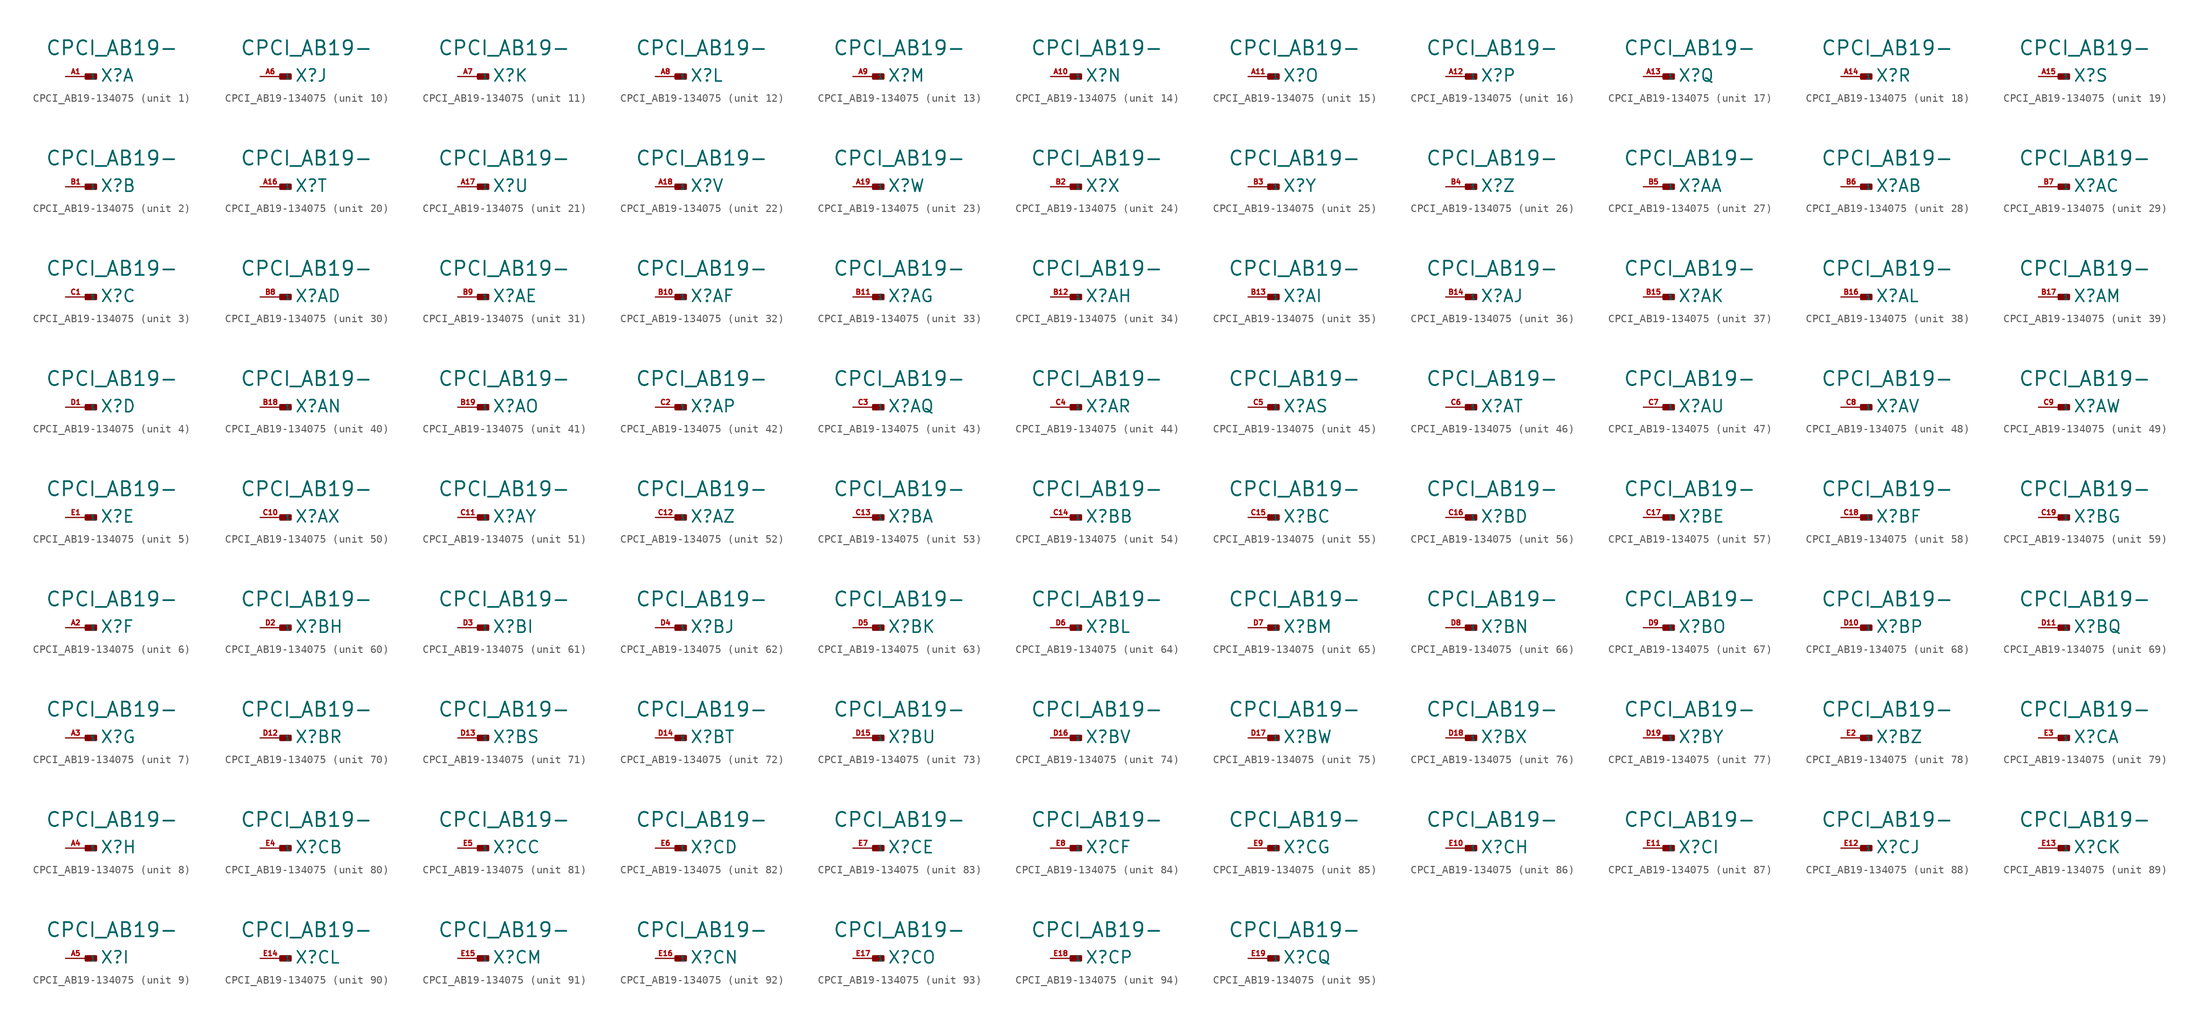
<source format=kicad_sym>
(kicad_symbol_lib
  (version 20220914)
  (generator Eagle2Kicad)
  (symbol "CPCI_AB19-134075"
    (property "Reference" "X"
      (at 1.778 -0.762 0)
      (effects (font (size 1.524 1.524) (thickness 0.19)) (justify left bottom)))
    (property "Value" "CPCI_AB19-"
      (at -5.08 2.54 0)
      (effects (font (size 1.778 1.778) (thickness 0.22)) (justify left bottom)))
    (symbol "CPCI_AB19-134075_1_0"
      (rectangle (start 0 -0.254) (end 1.27 0.254) (stroke (width 0.3) (type default)) (fill (type outline)))
      (pin input line (at -2.54 0 0) (length 2.54) (name "1" (effects (font (size 0.635 0.635) (thickness 0.08)) (justify left bottom))) (number "A1" (effects (font (size 0.635 0.635) (thickness 0.08)) (justify left bottom)))))
    (symbol "CPCI_AB19-134075_2_0"
      (rectangle (start 0 -0.254) (end 1.27 0.254) (stroke (width 0.3) (type default)) (fill (type outline)))
      (pin input line (at -2.54 0 0) (length 2.54) (name "1" (effects (font (size 0.635 0.635) (thickness 0.08)) (justify left bottom))) (number "B1" (effects (font (size 0.635 0.635) (thickness 0.08)) (justify left bottom)))))
    (symbol "CPCI_AB19-134075_3_0"
      (rectangle (start 0 -0.254) (end 1.27 0.254) (stroke (width 0.3) (type default)) (fill (type outline)))
      (pin input line (at -2.54 0 0) (length 2.54) (name "1" (effects (font (size 0.635 0.635) (thickness 0.08)) (justify left bottom))) (number "C1" (effects (font (size 0.635 0.635) (thickness 0.08)) (justify left bottom)))))
    (symbol "CPCI_AB19-134075_4_0"
      (rectangle (start 0 -0.254) (end 1.27 0.254) (stroke (width 0.3) (type default)) (fill (type outline)))
      (pin input line (at -2.54 0 0) (length 2.54) (name "1" (effects (font (size 0.635 0.635) (thickness 0.08)) (justify left bottom))) (number "D1" (effects (font (size 0.635 0.635) (thickness 0.08)) (justify left bottom)))))
    (symbol "CPCI_AB19-134075_5_0"
      (rectangle (start 0 -0.254) (end 1.27 0.254) (stroke (width 0.3) (type default)) (fill (type outline)))
      (pin input line (at -2.54 0 0) (length 2.54) (name "1" (effects (font (size 0.635 0.635) (thickness 0.08)) (justify left bottom))) (number "E1" (effects (font (size 0.635 0.635) (thickness 0.08)) (justify left bottom)))))
    (symbol "CPCI_AB19-134075_6_0"
      (rectangle (start 0 -0.254) (end 1.27 0.254) (stroke (width 0.3) (type default)) (fill (type outline)))
      (pin input line (at -2.54 0 0) (length 2.54) (name "1" (effects (font (size 0.635 0.635) (thickness 0.08)) (justify left bottom))) (number "A2" (effects (font (size 0.635 0.635) (thickness 0.08)) (justify left bottom)))))
    (symbol "CPCI_AB19-134075_7_0"
      (rectangle (start 0 -0.254) (end 1.27 0.254) (stroke (width 0.3) (type default)) (fill (type outline)))
      (pin input line (at -2.54 0 0) (length 2.54) (name "1" (effects (font (size 0.635 0.635) (thickness 0.08)) (justify left bottom))) (number "A3" (effects (font (size 0.635 0.635) (thickness 0.08)) (justify left bottom)))))
    (symbol "CPCI_AB19-134075_8_0"
      (rectangle (start 0 -0.254) (end 1.27 0.254) (stroke (width 0.3) (type default)) (fill (type outline)))
      (pin input line (at -2.54 0 0) (length 2.54) (name "1" (effects (font (size 0.635 0.635) (thickness 0.08)) (justify left bottom))) (number "A4" (effects (font (size 0.635 0.635) (thickness 0.08)) (justify left bottom)))))
    (symbol "CPCI_AB19-134075_9_0"
      (rectangle (start 0 -0.254) (end 1.27 0.254) (stroke (width 0.3) (type default)) (fill (type outline)))
      (pin input line (at -2.54 0 0) (length 2.54) (name "1" (effects (font (size 0.635 0.635) (thickness 0.08)) (justify left bottom))) (number "A5" (effects (font (size 0.635 0.635) (thickness 0.08)) (justify left bottom)))))
    (symbol "CPCI_AB19-134075_10_0"
      (rectangle (start 0 -0.254) (end 1.27 0.254) (stroke (width 0.3) (type default)) (fill (type outline)))
      (pin input line (at -2.54 0 0) (length 2.54) (name "1" (effects (font (size 0.635 0.635) (thickness 0.08)) (justify left bottom))) (number "A6" (effects (font (size 0.635 0.635) (thickness 0.08)) (justify left bottom)))))
    (symbol "CPCI_AB19-134075_11_0"
      (rectangle (start 0 -0.254) (end 1.27 0.254) (stroke (width 0.3) (type default)) (fill (type outline)))
      (pin input line (at -2.54 0 0) (length 2.54) (name "1" (effects (font (size 0.635 0.635) (thickness 0.08)) (justify left bottom))) (number "A7" (effects (font (size 0.635 0.635) (thickness 0.08)) (justify left bottom)))))
    (symbol "CPCI_AB19-134075_12_0"
      (rectangle (start 0 -0.254) (end 1.27 0.254) (stroke (width 0.3) (type default)) (fill (type outline)))
      (pin input line (at -2.54 0 0) (length 2.54) (name "1" (effects (font (size 0.635 0.635) (thickness 0.08)) (justify left bottom))) (number "A8" (effects (font (size 0.635 0.635) (thickness 0.08)) (justify left bottom)))))
    (symbol "CPCI_AB19-134075_13_0"
      (rectangle (start 0 -0.254) (end 1.27 0.254) (stroke (width 0.3) (type default)) (fill (type outline)))
      (pin input line (at -2.54 0 0) (length 2.54) (name "1" (effects (font (size 0.635 0.635) (thickness 0.08)) (justify left bottom))) (number "A9" (effects (font (size 0.635 0.635) (thickness 0.08)) (justify left bottom)))))
    (symbol "CPCI_AB19-134075_14_0"
      (rectangle (start 0 -0.254) (end 1.27 0.254) (stroke (width 0.3) (type default)) (fill (type outline)))
      (pin input line (at -2.54 0 0) (length 2.54) (name "1" (effects (font (size 0.635 0.635) (thickness 0.08)) (justify left bottom))) (number "A10" (effects (font (size 0.635 0.635) (thickness 0.08)) (justify left bottom)))))
    (symbol "CPCI_AB19-134075_15_0"
      (rectangle (start 0 -0.254) (end 1.27 0.254) (stroke (width 0.3) (type default)) (fill (type outline)))
      (pin input line (at -2.54 0 0) (length 2.54) (name "1" (effects (font (size 0.635 0.635) (thickness 0.08)) (justify left bottom))) (number "A11" (effects (font (size 0.635 0.635) (thickness 0.08)) (justify left bottom)))))
    (symbol "CPCI_AB19-134075_16_0"
      (rectangle (start 0 -0.254) (end 1.27 0.254) (stroke (width 0.3) (type default)) (fill (type outline)))
      (pin input line (at -2.54 0 0) (length 2.54) (name "1" (effects (font (size 0.635 0.635) (thickness 0.08)) (justify left bottom))) (number "A12" (effects (font (size 0.635 0.635) (thickness 0.08)) (justify left bottom)))))
    (symbol "CPCI_AB19-134075_17_0"
      (rectangle (start 0 -0.254) (end 1.27 0.254) (stroke (width 0.3) (type default)) (fill (type outline)))
      (pin input line (at -2.54 0 0) (length 2.54) (name "1" (effects (font (size 0.635 0.635) (thickness 0.08)) (justify left bottom))) (number "A13" (effects (font (size 0.635 0.635) (thickness 0.08)) (justify left bottom)))))
    (symbol "CPCI_AB19-134075_18_0"
      (rectangle (start 0 -0.254) (end 1.27 0.254) (stroke (width 0.3) (type default)) (fill (type outline)))
      (pin input line (at -2.54 0 0) (length 2.54) (name "1" (effects (font (size 0.635 0.635) (thickness 0.08)) (justify left bottom))) (number "A14" (effects (font (size 0.635 0.635) (thickness 0.08)) (justify left bottom)))))
    (symbol "CPCI_AB19-134075_19_0"
      (rectangle (start 0 -0.254) (end 1.27 0.254) (stroke (width 0.3) (type default)) (fill (type outline)))
      (pin input line (at -2.54 0 0) (length 2.54) (name "1" (effects (font (size 0.635 0.635) (thickness 0.08)) (justify left bottom))) (number "A15" (effects (font (size 0.635 0.635) (thickness 0.08)) (justify left bottom)))))
    (symbol "CPCI_AB19-134075_20_0"
      (rectangle (start 0 -0.254) (end 1.27 0.254) (stroke (width 0.3) (type default)) (fill (type outline)))
      (pin input line (at -2.54 0 0) (length 2.54) (name "1" (effects (font (size 0.635 0.635) (thickness 0.08)) (justify left bottom))) (number "A16" (effects (font (size 0.635 0.635) (thickness 0.08)) (justify left bottom)))))
    (symbol "CPCI_AB19-134075_21_0"
      (rectangle (start 0 -0.254) (end 1.27 0.254) (stroke (width 0.3) (type default)) (fill (type outline)))
      (pin input line (at -2.54 0 0) (length 2.54) (name "1" (effects (font (size 0.635 0.635) (thickness 0.08)) (justify left bottom))) (number "A17" (effects (font (size 0.635 0.635) (thickness 0.08)) (justify left bottom)))))
    (symbol "CPCI_AB19-134075_22_0"
      (rectangle (start 0 -0.254) (end 1.27 0.254) (stroke (width 0.3) (type default)) (fill (type outline)))
      (pin input line (at -2.54 0 0) (length 2.54) (name "1" (effects (font (size 0.635 0.635) (thickness 0.08)) (justify left bottom))) (number "A18" (effects (font (size 0.635 0.635) (thickness 0.08)) (justify left bottom)))))
    (symbol "CPCI_AB19-134075_23_0"
      (rectangle (start 0 -0.254) (end 1.27 0.254) (stroke (width 0.3) (type default)) (fill (type outline)))
      (pin input line (at -2.54 0 0) (length 2.54) (name "1" (effects (font (size 0.635 0.635) (thickness 0.08)) (justify left bottom))) (number "A19" (effects (font (size 0.635 0.635) (thickness 0.08)) (justify left bottom)))))
    (symbol "CPCI_AB19-134075_24_0"
      (rectangle (start 0 -0.254) (end 1.27 0.254) (stroke (width 0.3) (type default)) (fill (type outline)))
      (pin input line (at -2.54 0 0) (length 2.54) (name "1" (effects (font (size 0.635 0.635) (thickness 0.08)) (justify left bottom))) (number "B2" (effects (font (size 0.635 0.635) (thickness 0.08)) (justify left bottom)))))
    (symbol "CPCI_AB19-134075_25_0"
      (rectangle (start 0 -0.254) (end 1.27 0.254) (stroke (width 0.3) (type default)) (fill (type outline)))
      (pin input line (at -2.54 0 0) (length 2.54) (name "1" (effects (font (size 0.635 0.635) (thickness 0.08)) (justify left bottom))) (number "B3" (effects (font (size 0.635 0.635) (thickness 0.08)) (justify left bottom)))))
    (symbol "CPCI_AB19-134075_26_0"
      (rectangle (start 0 -0.254) (end 1.27 0.254) (stroke (width 0.3) (type default)) (fill (type outline)))
      (pin input line (at -2.54 0 0) (length 2.54) (name "1" (effects (font (size 0.635 0.635) (thickness 0.08)) (justify left bottom))) (number "B4" (effects (font (size 0.635 0.635) (thickness 0.08)) (justify left bottom)))))
    (symbol "CPCI_AB19-134075_27_0"
      (rectangle (start 0 -0.254) (end 1.27 0.254) (stroke (width 0.3) (type default)) (fill (type outline)))
      (pin input line (at -2.54 0 0) (length 2.54) (name "1" (effects (font (size 0.635 0.635) (thickness 0.08)) (justify left bottom))) (number "B5" (effects (font (size 0.635 0.635) (thickness 0.08)) (justify left bottom)))))
    (symbol "CPCI_AB19-134075_28_0"
      (rectangle (start 0 -0.254) (end 1.27 0.254) (stroke (width 0.3) (type default)) (fill (type outline)))
      (pin input line (at -2.54 0 0) (length 2.54) (name "1" (effects (font (size 0.635 0.635) (thickness 0.08)) (justify left bottom))) (number "B6" (effects (font (size 0.635 0.635) (thickness 0.08)) (justify left bottom)))))
    (symbol "CPCI_AB19-134075_29_0"
      (rectangle (start 0 -0.254) (end 1.27 0.254) (stroke (width 0.3) (type default)) (fill (type outline)))
      (pin input line (at -2.54 0 0) (length 2.54) (name "1" (effects (font (size 0.635 0.635) (thickness 0.08)) (justify left bottom))) (number "B7" (effects (font (size 0.635 0.635) (thickness 0.08)) (justify left bottom)))))
    (symbol "CPCI_AB19-134075_30_0"
      (rectangle (start 0 -0.254) (end 1.27 0.254) (stroke (width 0.3) (type default)) (fill (type outline)))
      (pin input line (at -2.54 0 0) (length 2.54) (name "1" (effects (font (size 0.635 0.635) (thickness 0.08)) (justify left bottom))) (number "B8" (effects (font (size 0.635 0.635) (thickness 0.08)) (justify left bottom)))))
    (symbol "CPCI_AB19-134075_31_0"
      (rectangle (start 0 -0.254) (end 1.27 0.254) (stroke (width 0.3) (type default)) (fill (type outline)))
      (pin input line (at -2.54 0 0) (length 2.54) (name "1" (effects (font (size 0.635 0.635) (thickness 0.08)) (justify left bottom))) (number "B9" (effects (font (size 0.635 0.635) (thickness 0.08)) (justify left bottom)))))
    (symbol "CPCI_AB19-134075_32_0"
      (rectangle (start 0 -0.254) (end 1.27 0.254) (stroke (width 0.3) (type default)) (fill (type outline)))
      (pin input line (at -2.54 0 0) (length 2.54) (name "1" (effects (font (size 0.635 0.635) (thickness 0.08)) (justify left bottom))) (number "B10" (effects (font (size 0.635 0.635) (thickness 0.08)) (justify left bottom)))))
    (symbol "CPCI_AB19-134075_33_0"
      (rectangle (start 0 -0.254) (end 1.27 0.254) (stroke (width 0.3) (type default)) (fill (type outline)))
      (pin input line (at -2.54 0 0) (length 2.54) (name "1" (effects (font (size 0.635 0.635) (thickness 0.08)) (justify left bottom))) (number "B11" (effects (font (size 0.635 0.635) (thickness 0.08)) (justify left bottom)))))
    (symbol "CPCI_AB19-134075_34_0"
      (rectangle (start 0 -0.254) (end 1.27 0.254) (stroke (width 0.3) (type default)) (fill (type outline)))
      (pin input line (at -2.54 0 0) (length 2.54) (name "1" (effects (font (size 0.635 0.635) (thickness 0.08)) (justify left bottom))) (number "B12" (effects (font (size 0.635 0.635) (thickness 0.08)) (justify left bottom)))))
    (symbol "CPCI_AB19-134075_35_0"
      (rectangle (start 0 -0.254) (end 1.27 0.254) (stroke (width 0.3) (type default)) (fill (type outline)))
      (pin input line (at -2.54 0 0) (length 2.54) (name "1" (effects (font (size 0.635 0.635) (thickness 0.08)) (justify left bottom))) (number "B13" (effects (font (size 0.635 0.635) (thickness 0.08)) (justify left bottom)))))
    (symbol "CPCI_AB19-134075_36_0"
      (rectangle (start 0 -0.254) (end 1.27 0.254) (stroke (width 0.3) (type default)) (fill (type outline)))
      (pin input line (at -2.54 0 0) (length 2.54) (name "1" (effects (font (size 0.635 0.635) (thickness 0.08)) (justify left bottom))) (number "B14" (effects (font (size 0.635 0.635) (thickness 0.08)) (justify left bottom)))))
    (symbol "CPCI_AB19-134075_37_0"
      (rectangle (start 0 -0.254) (end 1.27 0.254) (stroke (width 0.3) (type default)) (fill (type outline)))
      (pin input line (at -2.54 0 0) (length 2.54) (name "1" (effects (font (size 0.635 0.635) (thickness 0.08)) (justify left bottom))) (number "B15" (effects (font (size 0.635 0.635) (thickness 0.08)) (justify left bottom)))))
    (symbol "CPCI_AB19-134075_38_0"
      (rectangle (start 0 -0.254) (end 1.27 0.254) (stroke (width 0.3) (type default)) (fill (type outline)))
      (pin input line (at -2.54 0 0) (length 2.54) (name "1" (effects (font (size 0.635 0.635) (thickness 0.08)) (justify left bottom))) (number "B16" (effects (font (size 0.635 0.635) (thickness 0.08)) (justify left bottom)))))
    (symbol "CPCI_AB19-134075_39_0"
      (rectangle (start 0 -0.254) (end 1.27 0.254) (stroke (width 0.3) (type default)) (fill (type outline)))
      (pin input line (at -2.54 0 0) (length 2.54) (name "1" (effects (font (size 0.635 0.635) (thickness 0.08)) (justify left bottom))) (number "B17" (effects (font (size 0.635 0.635) (thickness 0.08)) (justify left bottom)))))
    (symbol "CPCI_AB19-134075_40_0"
      (rectangle (start 0 -0.254) (end 1.27 0.254) (stroke (width 0.3) (type default)) (fill (type outline)))
      (pin input line (at -2.54 0 0) (length 2.54) (name "1" (effects (font (size 0.635 0.635) (thickness 0.08)) (justify left bottom))) (number "B18" (effects (font (size 0.635 0.635) (thickness 0.08)) (justify left bottom)))))
    (symbol "CPCI_AB19-134075_41_0"
      (rectangle (start 0 -0.254) (end 1.27 0.254) (stroke (width 0.3) (type default)) (fill (type outline)))
      (pin input line (at -2.54 0 0) (length 2.54) (name "1" (effects (font (size 0.635 0.635) (thickness 0.08)) (justify left bottom))) (number "B19" (effects (font (size 0.635 0.635) (thickness 0.08)) (justify left bottom)))))
    (symbol "CPCI_AB19-134075_42_0"
      (rectangle (start 0 -0.254) (end 1.27 0.254) (stroke (width 0.3) (type default)) (fill (type outline)))
      (pin input line (at -2.54 0 0) (length 2.54) (name "1" (effects (font (size 0.635 0.635) (thickness 0.08)) (justify left bottom))) (number "C2" (effects (font (size 0.635 0.635) (thickness 0.08)) (justify left bottom)))))
    (symbol "CPCI_AB19-134075_43_0"
      (rectangle (start 0 -0.254) (end 1.27 0.254) (stroke (width 0.3) (type default)) (fill (type outline)))
      (pin input line (at -2.54 0 0) (length 2.54) (name "1" (effects (font (size 0.635 0.635) (thickness 0.08)) (justify left bottom))) (number "C3" (effects (font (size 0.635 0.635) (thickness 0.08)) (justify left bottom)))))
    (symbol "CPCI_AB19-134075_44_0"
      (rectangle (start 0 -0.254) (end 1.27 0.254) (stroke (width 0.3) (type default)) (fill (type outline)))
      (pin input line (at -2.54 0 0) (length 2.54) (name "1" (effects (font (size 0.635 0.635) (thickness 0.08)) (justify left bottom))) (number "C4" (effects (font (size 0.635 0.635) (thickness 0.08)) (justify left bottom)))))
    (symbol "CPCI_AB19-134075_45_0"
      (rectangle (start 0 -0.254) (end 1.27 0.254) (stroke (width 0.3) (type default)) (fill (type outline)))
      (pin input line (at -2.54 0 0) (length 2.54) (name "1" (effects (font (size 0.635 0.635) (thickness 0.08)) (justify left bottom))) (number "C5" (effects (font (size 0.635 0.635) (thickness 0.08)) (justify left bottom)))))
    (symbol "CPCI_AB19-134075_46_0"
      (rectangle (start 0 -0.254) (end 1.27 0.254) (stroke (width 0.3) (type default)) (fill (type outline)))
      (pin input line (at -2.54 0 0) (length 2.54) (name "1" (effects (font (size 0.635 0.635) (thickness 0.08)) (justify left bottom))) (number "C6" (effects (font (size 0.635 0.635) (thickness 0.08)) (justify left bottom)))))
    (symbol "CPCI_AB19-134075_47_0"
      (rectangle (start 0 -0.254) (end 1.27 0.254) (stroke (width 0.3) (type default)) (fill (type outline)))
      (pin input line (at -2.54 0 0) (length 2.54) (name "1" (effects (font (size 0.635 0.635) (thickness 0.08)) (justify left bottom))) (number "C7" (effects (font (size 0.635 0.635) (thickness 0.08)) (justify left bottom)))))
    (symbol "CPCI_AB19-134075_48_0"
      (rectangle (start 0 -0.254) (end 1.27 0.254) (stroke (width 0.3) (type default)) (fill (type outline)))
      (pin input line (at -2.54 0 0) (length 2.54) (name "1" (effects (font (size 0.635 0.635) (thickness 0.08)) (justify left bottom))) (number "C8" (effects (font (size 0.635 0.635) (thickness 0.08)) (justify left bottom)))))
    (symbol "CPCI_AB19-134075_49_0"
      (rectangle (start 0 -0.254) (end 1.27 0.254) (stroke (width 0.3) (type default)) (fill (type outline)))
      (pin input line (at -2.54 0 0) (length 2.54) (name "1" (effects (font (size 0.635 0.635) (thickness 0.08)) (justify left bottom))) (number "C9" (effects (font (size 0.635 0.635) (thickness 0.08)) (justify left bottom)))))
    (symbol "CPCI_AB19-134075_50_0"
      (rectangle (start 0 -0.254) (end 1.27 0.254) (stroke (width 0.3) (type default)) (fill (type outline)))
      (pin input line (at -2.54 0 0) (length 2.54) (name "1" (effects (font (size 0.635 0.635) (thickness 0.08)) (justify left bottom))) (number "C10" (effects (font (size 0.635 0.635) (thickness 0.08)) (justify left bottom)))))
    (symbol "CPCI_AB19-134075_51_0"
      (rectangle (start 0 -0.254) (end 1.27 0.254) (stroke (width 0.3) (type default)) (fill (type outline)))
      (pin input line (at -2.54 0 0) (length 2.54) (name "1" (effects (font (size 0.635 0.635) (thickness 0.08)) (justify left bottom))) (number "C11" (effects (font (size 0.635 0.635) (thickness 0.08)) (justify left bottom)))))
    (symbol "CPCI_AB19-134075_52_0"
      (rectangle (start 0 -0.254) (end 1.27 0.254) (stroke (width 0.3) (type default)) (fill (type outline)))
      (pin input line (at -2.54 0 0) (length 2.54) (name "1" (effects (font (size 0.635 0.635) (thickness 0.08)) (justify left bottom))) (number "C12" (effects (font (size 0.635 0.635) (thickness 0.08)) (justify left bottom)))))
    (symbol "CPCI_AB19-134075_53_0"
      (rectangle (start 0 -0.254) (end 1.27 0.254) (stroke (width 0.3) (type default)) (fill (type outline)))
      (pin input line (at -2.54 0 0) (length 2.54) (name "1" (effects (font (size 0.635 0.635) (thickness 0.08)) (justify left bottom))) (number "C13" (effects (font (size 0.635 0.635) (thickness 0.08)) (justify left bottom)))))
    (symbol "CPCI_AB19-134075_54_0"
      (rectangle (start 0 -0.254) (end 1.27 0.254) (stroke (width 0.3) (type default)) (fill (type outline)))
      (pin input line (at -2.54 0 0) (length 2.54) (name "1" (effects (font (size 0.635 0.635) (thickness 0.08)) (justify left bottom))) (number "C14" (effects (font (size 0.635 0.635) (thickness 0.08)) (justify left bottom)))))
    (symbol "CPCI_AB19-134075_55_0"
      (rectangle (start 0 -0.254) (end 1.27 0.254) (stroke (width 0.3) (type default)) (fill (type outline)))
      (pin input line (at -2.54 0 0) (length 2.54) (name "1" (effects (font (size 0.635 0.635) (thickness 0.08)) (justify left bottom))) (number "C15" (effects (font (size 0.635 0.635) (thickness 0.08)) (justify left bottom)))))
    (symbol "CPCI_AB19-134075_56_0"
      (rectangle (start 0 -0.254) (end 1.27 0.254) (stroke (width 0.3) (type default)) (fill (type outline)))
      (pin input line (at -2.54 0 0) (length 2.54) (name "1" (effects (font (size 0.635 0.635) (thickness 0.08)) (justify left bottom))) (number "C16" (effects (font (size 0.635 0.635) (thickness 0.08)) (justify left bottom)))))
    (symbol "CPCI_AB19-134075_57_0"
      (rectangle (start 0 -0.254) (end 1.27 0.254) (stroke (width 0.3) (type default)) (fill (type outline)))
      (pin input line (at -2.54 0 0) (length 2.54) (name "1" (effects (font (size 0.635 0.635) (thickness 0.08)) (justify left bottom))) (number "C17" (effects (font (size 0.635 0.635) (thickness 0.08)) (justify left bottom)))))
    (symbol "CPCI_AB19-134075_58_0"
      (rectangle (start 0 -0.254) (end 1.27 0.254) (stroke (width 0.3) (type default)) (fill (type outline)))
      (pin input line (at -2.54 0 0) (length 2.54) (name "1" (effects (font (size 0.635 0.635) (thickness 0.08)) (justify left bottom))) (number "C18" (effects (font (size 0.635 0.635) (thickness 0.08)) (justify left bottom)))))
    (symbol "CPCI_AB19-134075_59_0"
      (rectangle (start 0 -0.254) (end 1.27 0.254) (stroke (width 0.3) (type default)) (fill (type outline)))
      (pin input line (at -2.54 0 0) (length 2.54) (name "1" (effects (font (size 0.635 0.635) (thickness 0.08)) (justify left bottom))) (number "C19" (effects (font (size 0.635 0.635) (thickness 0.08)) (justify left bottom)))))
    (symbol "CPCI_AB19-134075_60_0"
      (rectangle (start 0 -0.254) (end 1.27 0.254) (stroke (width 0.3) (type default)) (fill (type outline)))
      (pin input line (at -2.54 0 0) (length 2.54) (name "1" (effects (font (size 0.635 0.635) (thickness 0.08)) (justify left bottom))) (number "D2" (effects (font (size 0.635 0.635) (thickness 0.08)) (justify left bottom)))))
    (symbol "CPCI_AB19-134075_61_0"
      (rectangle (start 0 -0.254) (end 1.27 0.254) (stroke (width 0.3) (type default)) (fill (type outline)))
      (pin input line (at -2.54 0 0) (length 2.54) (name "1" (effects (font (size 0.635 0.635) (thickness 0.08)) (justify left bottom))) (number "D3" (effects (font (size 0.635 0.635) (thickness 0.08)) (justify left bottom)))))
    (symbol "CPCI_AB19-134075_62_0"
      (rectangle (start 0 -0.254) (end 1.27 0.254) (stroke (width 0.3) (type default)) (fill (type outline)))
      (pin input line (at -2.54 0 0) (length 2.54) (name "1" (effects (font (size 0.635 0.635) (thickness 0.08)) (justify left bottom))) (number "D4" (effects (font (size 0.635 0.635) (thickness 0.08)) (justify left bottom)))))
    (symbol "CPCI_AB19-134075_63_0"
      (rectangle (start 0 -0.254) (end 1.27 0.254) (stroke (width 0.3) (type default)) (fill (type outline)))
      (pin input line (at -2.54 0 0) (length 2.54) (name "1" (effects (font (size 0.635 0.635) (thickness 0.08)) (justify left bottom))) (number "D5" (effects (font (size 0.635 0.635) (thickness 0.08)) (justify left bottom)))))
    (symbol "CPCI_AB19-134075_64_0"
      (rectangle (start 0 -0.254) (end 1.27 0.254) (stroke (width 0.3) (type default)) (fill (type outline)))
      (pin input line (at -2.54 0 0) (length 2.54) (name "1" (effects (font (size 0.635 0.635) (thickness 0.08)) (justify left bottom))) (number "D6" (effects (font (size 0.635 0.635) (thickness 0.08)) (justify left bottom)))))
    (symbol "CPCI_AB19-134075_65_0"
      (rectangle (start 0 -0.254) (end 1.27 0.254) (stroke (width 0.3) (type default)) (fill (type outline)))
      (pin input line (at -2.54 0 0) (length 2.54) (name "1" (effects (font (size 0.635 0.635) (thickness 0.08)) (justify left bottom))) (number "D7" (effects (font (size 0.635 0.635) (thickness 0.08)) (justify left bottom)))))
    (symbol "CPCI_AB19-134075_66_0"
      (rectangle (start 0 -0.254) (end 1.27 0.254) (stroke (width 0.3) (type default)) (fill (type outline)))
      (pin input line (at -2.54 0 0) (length 2.54) (name "1" (effects (font (size 0.635 0.635) (thickness 0.08)) (justify left bottom))) (number "D8" (effects (font (size 0.635 0.635) (thickness 0.08)) (justify left bottom)))))
    (symbol "CPCI_AB19-134075_67_0"
      (rectangle (start 0 -0.254) (end 1.27 0.254) (stroke (width 0.3) (type default)) (fill (type outline)))
      (pin input line (at -2.54 0 0) (length 2.54) (name "1" (effects (font (size 0.635 0.635) (thickness 0.08)) (justify left bottom))) (number "D9" (effects (font (size 0.635 0.635) (thickness 0.08)) (justify left bottom)))))
    (symbol "CPCI_AB19-134075_68_0"
      (rectangle (start 0 -0.254) (end 1.27 0.254) (stroke (width 0.3) (type default)) (fill (type outline)))
      (pin input line (at -2.54 0 0) (length 2.54) (name "1" (effects (font (size 0.635 0.635) (thickness 0.08)) (justify left bottom))) (number "D10" (effects (font (size 0.635 0.635) (thickness 0.08)) (justify left bottom)))))
    (symbol "CPCI_AB19-134075_69_0"
      (rectangle (start 0 -0.254) (end 1.27 0.254) (stroke (width 0.3) (type default)) (fill (type outline)))
      (pin input line (at -2.54 0 0) (length 2.54) (name "1" (effects (font (size 0.635 0.635) (thickness 0.08)) (justify left bottom))) (number "D11" (effects (font (size 0.635 0.635) (thickness 0.08)) (justify left bottom)))))
    (symbol "CPCI_AB19-134075_70_0"
      (rectangle (start 0 -0.254) (end 1.27 0.254) (stroke (width 0.3) (type default)) (fill (type outline)))
      (pin input line (at -2.54 0 0) (length 2.54) (name "1" (effects (font (size 0.635 0.635) (thickness 0.08)) (justify left bottom))) (number "D12" (effects (font (size 0.635 0.635) (thickness 0.08)) (justify left bottom)))))
    (symbol "CPCI_AB19-134075_71_0"
      (rectangle (start 0 -0.254) (end 1.27 0.254) (stroke (width 0.3) (type default)) (fill (type outline)))
      (pin input line (at -2.54 0 0) (length 2.54) (name "1" (effects (font (size 0.635 0.635) (thickness 0.08)) (justify left bottom))) (number "D13" (effects (font (size 0.635 0.635) (thickness 0.08)) (justify left bottom)))))
    (symbol "CPCI_AB19-134075_72_0"
      (rectangle (start 0 -0.254) (end 1.27 0.254) (stroke (width 0.3) (type default)) (fill (type outline)))
      (pin input line (at -2.54 0 0) (length 2.54) (name "1" (effects (font (size 0.635 0.635) (thickness 0.08)) (justify left bottom))) (number "D14" (effects (font (size 0.635 0.635) (thickness 0.08)) (justify left bottom)))))
    (symbol "CPCI_AB19-134075_73_0"
      (rectangle (start 0 -0.254) (end 1.27 0.254) (stroke (width 0.3) (type default)) (fill (type outline)))
      (pin input line (at -2.54 0 0) (length 2.54) (name "1" (effects (font (size 0.635 0.635) (thickness 0.08)) (justify left bottom))) (number "D15" (effects (font (size 0.635 0.635) (thickness 0.08)) (justify left bottom)))))
    (symbol "CPCI_AB19-134075_74_0"
      (rectangle (start 0 -0.254) (end 1.27 0.254) (stroke (width 0.3) (type default)) (fill (type outline)))
      (pin input line (at -2.54 0 0) (length 2.54) (name "1" (effects (font (size 0.635 0.635) (thickness 0.08)) (justify left bottom))) (number "D16" (effects (font (size 0.635 0.635) (thickness 0.08)) (justify left bottom)))))
    (symbol "CPCI_AB19-134075_75_0"
      (rectangle (start 0 -0.254) (end 1.27 0.254) (stroke (width 0.3) (type default)) (fill (type outline)))
      (pin input line (at -2.54 0 0) (length 2.54) (name "1" (effects (font (size 0.635 0.635) (thickness 0.08)) (justify left bottom))) (number "D17" (effects (font (size 0.635 0.635) (thickness 0.08)) (justify left bottom)))))
    (symbol "CPCI_AB19-134075_76_0"
      (rectangle (start 0 -0.254) (end 1.27 0.254) (stroke (width 0.3) (type default)) (fill (type outline)))
      (pin input line (at -2.54 0 0) (length 2.54) (name "1" (effects (font (size 0.635 0.635) (thickness 0.08)) (justify left bottom))) (number "D18" (effects (font (size 0.635 0.635) (thickness 0.08)) (justify left bottom)))))
    (symbol "CPCI_AB19-134075_77_0"
      (rectangle (start 0 -0.254) (end 1.27 0.254) (stroke (width 0.3) (type default)) (fill (type outline)))
      (pin input line (at -2.54 0 0) (length 2.54) (name "1" (effects (font (size 0.635 0.635) (thickness 0.08)) (justify left bottom))) (number "D19" (effects (font (size 0.635 0.635) (thickness 0.08)) (justify left bottom)))))
    (symbol "CPCI_AB19-134075_78_0"
      (rectangle (start 0 -0.254) (end 1.27 0.254) (stroke (width 0.3) (type default)) (fill (type outline)))
      (pin input line (at -2.54 0 0) (length 2.54) (name "1" (effects (font (size 0.635 0.635) (thickness 0.08)) (justify left bottom))) (number "E2" (effects (font (size 0.635 0.635) (thickness 0.08)) (justify left bottom)))))
    (symbol "CPCI_AB19-134075_79_0"
      (rectangle (start 0 -0.254) (end 1.27 0.254) (stroke (width 0.3) (type default)) (fill (type outline)))
      (pin input line (at -2.54 0 0) (length 2.54) (name "1" (effects (font (size 0.635 0.635) (thickness 0.08)) (justify left bottom))) (number "E3" (effects (font (size 0.635 0.635) (thickness 0.08)) (justify left bottom)))))
    (symbol "CPCI_AB19-134075_80_0"
      (rectangle (start 0 -0.254) (end 1.27 0.254) (stroke (width 0.3) (type default)) (fill (type outline)))
      (pin input line (at -2.54 0 0) (length 2.54) (name "1" (effects (font (size 0.635 0.635) (thickness 0.08)) (justify left bottom))) (number "E4" (effects (font (size 0.635 0.635) (thickness 0.08)) (justify left bottom)))))
    (symbol "CPCI_AB19-134075_81_0"
      (rectangle (start 0 -0.254) (end 1.27 0.254) (stroke (width 0.3) (type default)) (fill (type outline)))
      (pin input line (at -2.54 0 0) (length 2.54) (name "1" (effects (font (size 0.635 0.635) (thickness 0.08)) (justify left bottom))) (number "E5" (effects (font (size 0.635 0.635) (thickness 0.08)) (justify left bottom)))))
    (symbol "CPCI_AB19-134075_82_0"
      (rectangle (start 0 -0.254) (end 1.27 0.254) (stroke (width 0.3) (type default)) (fill (type outline)))
      (pin input line (at -2.54 0 0) (length 2.54) (name "1" (effects (font (size 0.635 0.635) (thickness 0.08)) (justify left bottom))) (number "E6" (effects (font (size 0.635 0.635) (thickness 0.08)) (justify left bottom)))))
    (symbol "CPCI_AB19-134075_83_0"
      (rectangle (start 0 -0.254) (end 1.27 0.254) (stroke (width 0.3) (type default)) (fill (type outline)))
      (pin input line (at -2.54 0 0) (length 2.54) (name "1" (effects (font (size 0.635 0.635) (thickness 0.08)) (justify left bottom))) (number "E7" (effects (font (size 0.635 0.635) (thickness 0.08)) (justify left bottom)))))
    (symbol "CPCI_AB19-134075_84_0"
      (rectangle (start 0 -0.254) (end 1.27 0.254) (stroke (width 0.3) (type default)) (fill (type outline)))
      (pin input line (at -2.54 0 0) (length 2.54) (name "1" (effects (font (size 0.635 0.635) (thickness 0.08)) (justify left bottom))) (number "E8" (effects (font (size 0.635 0.635) (thickness 0.08)) (justify left bottom)))))
    (symbol "CPCI_AB19-134075_85_0"
      (rectangle (start 0 -0.254) (end 1.27 0.254) (stroke (width 0.3) (type default)) (fill (type outline)))
      (pin input line (at -2.54 0 0) (length 2.54) (name "1" (effects (font (size 0.635 0.635) (thickness 0.08)) (justify left bottom))) (number "E9" (effects (font (size 0.635 0.635) (thickness 0.08)) (justify left bottom)))))
    (symbol "CPCI_AB19-134075_86_0"
      (rectangle (start 0 -0.254) (end 1.27 0.254) (stroke (width 0.3) (type default)) (fill (type outline)))
      (pin input line (at -2.54 0 0) (length 2.54) (name "1" (effects (font (size 0.635 0.635) (thickness 0.08)) (justify left bottom))) (number "E10" (effects (font (size 0.635 0.635) (thickness 0.08)) (justify left bottom)))))
    (symbol "CPCI_AB19-134075_87_0"
      (rectangle (start 0 -0.254) (end 1.27 0.254) (stroke (width 0.3) (type default)) (fill (type outline)))
      (pin input line (at -2.54 0 0) (length 2.54) (name "1" (effects (font (size 0.635 0.635) (thickness 0.08)) (justify left bottom))) (number "E11" (effects (font (size 0.635 0.635) (thickness 0.08)) (justify left bottom)))))
    (symbol "CPCI_AB19-134075_88_0"
      (rectangle (start 0 -0.254) (end 1.27 0.254) (stroke (width 0.3) (type default)) (fill (type outline)))
      (pin input line (at -2.54 0 0) (length 2.54) (name "1" (effects (font (size 0.635 0.635) (thickness 0.08)) (justify left bottom))) (number "E12" (effects (font (size 0.635 0.635) (thickness 0.08)) (justify left bottom)))))
    (symbol "CPCI_AB19-134075_89_0"
      (rectangle (start 0 -0.254) (end 1.27 0.254) (stroke (width 0.3) (type default)) (fill (type outline)))
      (pin input line (at -2.54 0 0) (length 2.54) (name "1" (effects (font (size 0.635 0.635) (thickness 0.08)) (justify left bottom))) (number "E13" (effects (font (size 0.635 0.635) (thickness 0.08)) (justify left bottom)))))
    (symbol "CPCI_AB19-134075_90_0"
      (rectangle (start 0 -0.254) (end 1.27 0.254) (stroke (width 0.3) (type default)) (fill (type outline)))
      (pin input line (at -2.54 0 0) (length 2.54) (name "1" (effects (font (size 0.635 0.635) (thickness 0.08)) (justify left bottom))) (number "E14" (effects (font (size 0.635 0.635) (thickness 0.08)) (justify left bottom)))))
    (symbol "CPCI_AB19-134075_91_0"
      (rectangle (start 0 -0.254) (end 1.27 0.254) (stroke (width 0.3) (type default)) (fill (type outline)))
      (pin input line (at -2.54 0 0) (length 2.54) (name "1" (effects (font (size 0.635 0.635) (thickness 0.08)) (justify left bottom))) (number "E15" (effects (font (size 0.635 0.635) (thickness 0.08)) (justify left bottom)))))
    (symbol "CPCI_AB19-134075_92_0"
      (rectangle (start 0 -0.254) (end 1.27 0.254) (stroke (width 0.3) (type default)) (fill (type outline)))
      (pin input line (at -2.54 0 0) (length 2.54) (name "1" (effects (font (size 0.635 0.635) (thickness 0.08)) (justify left bottom))) (number "E16" (effects (font (size 0.635 0.635) (thickness 0.08)) (justify left bottom)))))
    (symbol "CPCI_AB19-134075_93_0"
      (rectangle (start 0 -0.254) (end 1.27 0.254) (stroke (width 0.3) (type default)) (fill (type outline)))
      (pin input line (at -2.54 0 0) (length 2.54) (name "1" (effects (font (size 0.635 0.635) (thickness 0.08)) (justify left bottom))) (number "E17" (effects (font (size 0.635 0.635) (thickness 0.08)) (justify left bottom)))))
    (symbol "CPCI_AB19-134075_94_0"
      (rectangle (start 0 -0.254) (end 1.27 0.254) (stroke (width 0.3) (type default)) (fill (type outline)))
      (pin input line (at -2.54 0 0) (length 2.54) (name "1" (effects (font (size 0.635 0.635) (thickness 0.08)) (justify left bottom))) (number "E18" (effects (font (size 0.635 0.635) (thickness 0.08)) (justify left bottom)))))
    (symbol "CPCI_AB19-134075_95_0"
      (rectangle (start 0 -0.254) (end 1.27 0.254) (stroke (width 0.3) (type default)) (fill (type outline)))
      (pin input line (at -2.54 0 0) (length 2.54) (name "1" (effects (font (size 0.635 0.635) (thickness 0.08)) (justify left bottom))) (number "E19" (effects (font (size 0.635 0.635) (thickness 0.08)) (justify left bottom)))))))
</source>
